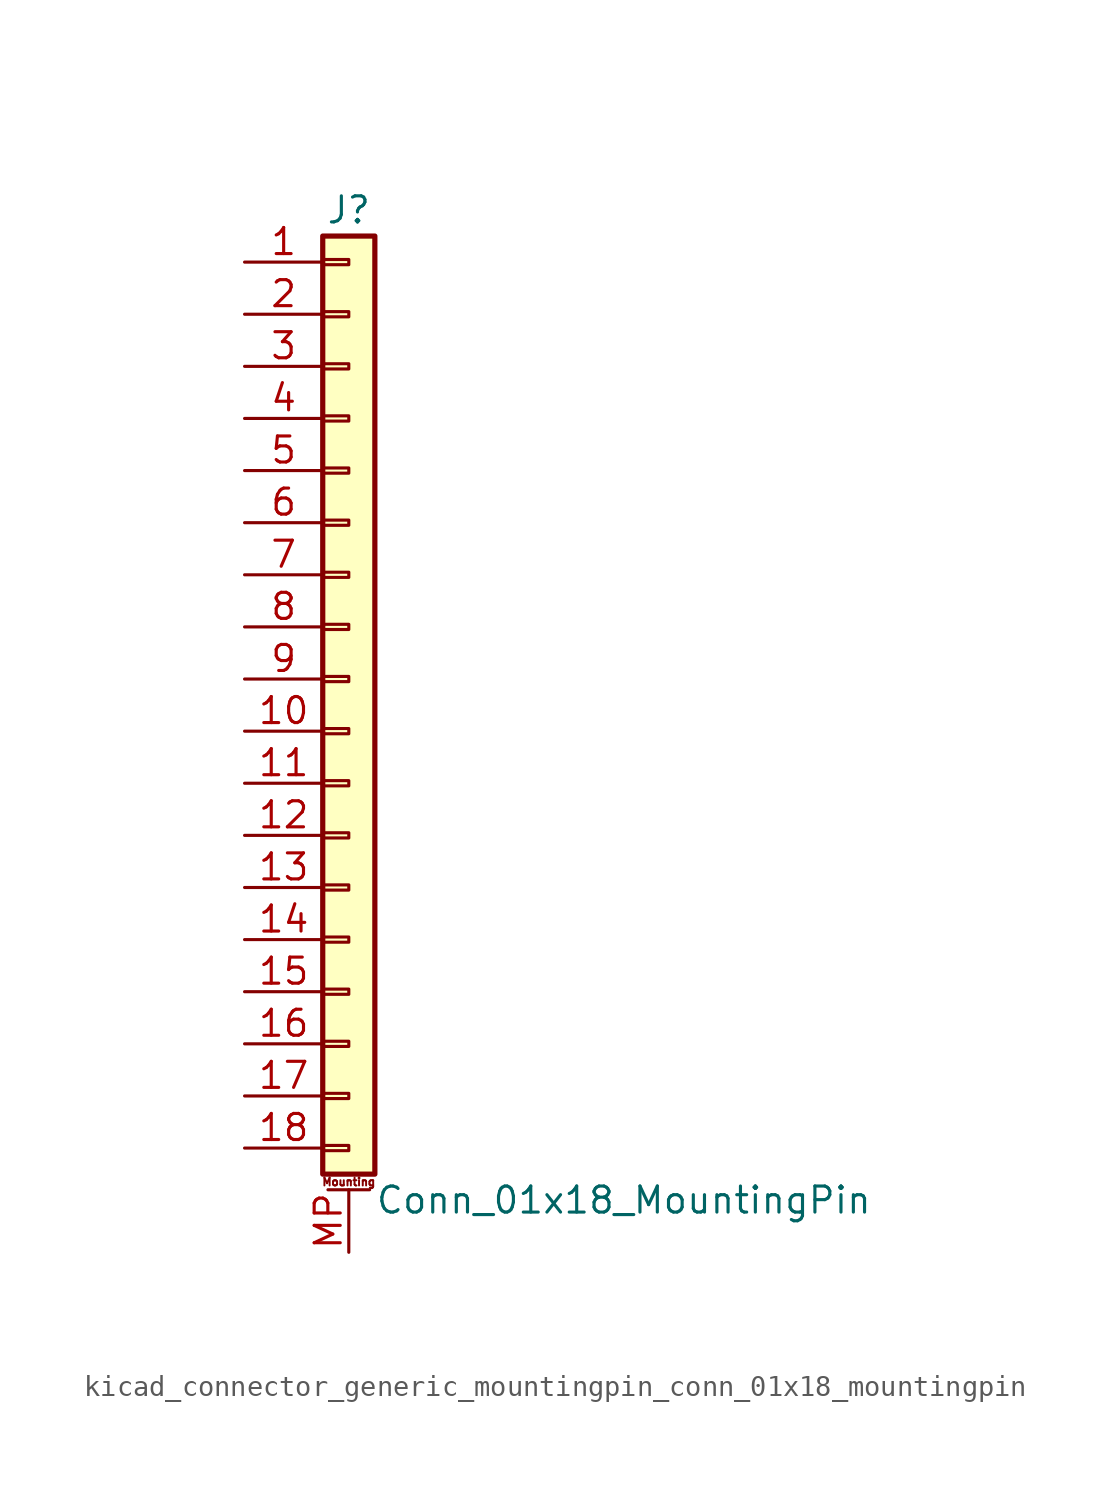
<source format=kicad_sym>
(kicad_symbol_lib
  (version 20220914)
  (generator kicad_symbol_editor)
  (symbol "kicad_connector_generic_mountingpin_conn_01x18_mountingpin"
    (pin_names
      (offset 1.016) hide)
    (property "Reference" "J"
      (at 0 22.86 0)
      (effects (font (size 1.27 1.27))))
    (property "Value" "Conn_01x18_MountingPin"
      (at 1.27 -25.4 0)
      (effects (font (size 1.27 1.27)) (justify left)))
    (symbol "kicad_connector_generic_mountingpin_conn_01x18_mountingpin_1_1"
      (rectangle (start -1.27 -22.733) (end 0 -22.987) (stroke (width 0.152) (type default)) (fill (type none)))
      (rectangle (start -1.27 -20.193) (end 0 -20.447) (stroke (width 0.152) (type default)) (fill (type none)))
      (rectangle (start -1.27 -17.653) (end 0 -17.907) (stroke (width 0.152) (type default)) (fill (type none)))
      (rectangle (start -1.27 -15.113) (end 0 -15.367) (stroke (width 0.152) (type default)) (fill (type none)))
      (rectangle (start -1.27 -12.573) (end 0 -12.827) (stroke (width 0.152) (type default)) (fill (type none)))
      (rectangle (start -1.27 -10.033) (end 0 -10.287) (stroke (width 0.152) (type default)) (fill (type none)))
      (rectangle (start -1.27 -7.493) (end 0 -7.747) (stroke (width 0.152) (type default)) (fill (type none)))
      (rectangle (start -1.27 -4.953) (end 0 -5.207) (stroke (width 0.152) (type default)) (fill (type none)))
      (rectangle (start -1.27 -2.413) (end 0 -2.667) (stroke (width 0.152) (type default)) (fill (type none)))
      (rectangle (start -1.27 0.127) (end 0 -0.127) (stroke (width 0.152) (type default)) (fill (type none)))
      (rectangle (start -1.27 2.667) (end 0 2.413) (stroke (width 0.152) (type default)) (fill (type none)))
      (rectangle (start -1.27 5.207) (end 0 4.953) (stroke (width 0.152) (type default)) (fill (type none)))
      (rectangle (start -1.27 7.747) (end 0 7.493) (stroke (width 0.152) (type default)) (fill (type none)))
      (rectangle (start -1.27 10.287) (end 0 10.033) (stroke (width 0.152) (type default)) (fill (type none)))
      (rectangle (start -1.27 12.827) (end 0 12.573) (stroke (width 0.152) (type default)) (fill (type none)))
      (rectangle (start -1.27 15.367) (end 0 15.113) (stroke (width 0.152) (type default)) (fill (type none)))
      (rectangle (start -1.27 17.907) (end 0 17.653) (stroke (width 0.152) (type default)) (fill (type none)))
      (rectangle (start -1.27 20.447) (end 0 20.193) (stroke (width 0.152) (type default)) (fill (type none)))
      (rectangle (start -1.27 21.59) (end 1.27 -24.13) (stroke (width 0.254) (type default)) (fill (type background)))
      (polyline (pts (xy -1.016 -24.892) (xy 1.016 -24.892)) (stroke (width 0.152) (type default)) (fill (type none)))
      (text "Mounting" (at 0 -24.511 0) (effects (font (size 0.381 0.381))))
      (pin passive line (at -5.08 20.32 0) (length 3.81) (name "Pin_1" (effects (font (size 1.27 1.27)))) (number "1" (effects (font (size 1.27 1.27)))))
      (pin passive line (at -5.08 -2.54 0) (length 3.81) (name "Pin_10" (effects (font (size 1.27 1.27)))) (number "10" (effects (font (size 1.27 1.27)))))
      (pin passive line (at -5.08 -5.08 0) (length 3.81) (name "Pin_11" (effects (font (size 1.27 1.27)))) (number "11" (effects (font (size 1.27 1.27)))))
      (pin passive line (at -5.08 -7.62 0) (length 3.81) (name "Pin_12" (effects (font (size 1.27 1.27)))) (number "12" (effects (font (size 1.27 1.27)))))
      (pin passive line (at -5.08 -10.16 0) (length 3.81) (name "Pin_13" (effects (font (size 1.27 1.27)))) (number "13" (effects (font (size 1.27 1.27)))))
      (pin passive line (at -5.08 -12.7 0) (length 3.81) (name "Pin_14" (effects (font (size 1.27 1.27)))) (number "14" (effects (font (size 1.27 1.27)))))
      (pin passive line (at -5.08 -15.24 0) (length 3.81) (name "Pin_15" (effects (font (size 1.27 1.27)))) (number "15" (effects (font (size 1.27 1.27)))))
      (pin passive line (at -5.08 -17.78 0) (length 3.81) (name "Pin_16" (effects (font (size 1.27 1.27)))) (number "16" (effects (font (size 1.27 1.27)))))
      (pin passive line (at -5.08 -20.32 0) (length 3.81) (name "Pin_17" (effects (font (size 1.27 1.27)))) (number "17" (effects (font (size 1.27 1.27)))))
      (pin passive line (at -5.08 -22.86 0) (length 3.81) (name "Pin_18" (effects (font (size 1.27 1.27)))) (number "18" (effects (font (size 1.27 1.27)))))
      (pin passive line (at -5.08 17.78 0) (length 3.81) (name "Pin_2" (effects (font (size 1.27 1.27)))) (number "2" (effects (font (size 1.27 1.27)))))
      (pin passive line (at -5.08 15.24 0) (length 3.81) (name "Pin_3" (effects (font (size 1.27 1.27)))) (number "3" (effects (font (size 1.27 1.27)))))
      (pin passive line (at -5.08 12.7 0) (length 3.81) (name "Pin_4" (effects (font (size 1.27 1.27)))) (number "4" (effects (font (size 1.27 1.27)))))
      (pin passive line (at -5.08 10.16 0) (length 3.81) (name "Pin_5" (effects (font (size 1.27 1.27)))) (number "5" (effects (font (size 1.27 1.27)))))
      (pin passive line (at -5.08 7.62 0) (length 3.81) (name "Pin_6" (effects (font (size 1.27 1.27)))) (number "6" (effects (font (size 1.27 1.27)))))
      (pin passive line (at -5.08 5.08 0) (length 3.81) (name "Pin_7" (effects (font (size 1.27 1.27)))) (number "7" (effects (font (size 1.27 1.27)))))
      (pin passive line (at -5.08 2.54 0) (length 3.81) (name "Pin_8" (effects (font (size 1.27 1.27)))) (number "8" (effects (font (size 1.27 1.27)))))
      (pin passive line (at -5.08 0 0) (length 3.81) (name "Pin_9" (effects (font (size 1.27 1.27)))) (number "9" (effects (font (size 1.27 1.27)))))
      (pin passive line (at 0 -27.94 90) (length 3.048) (name "MountPin" (effects (font (size 1.27 1.27)))) (number "MP" (effects (font (size 1.27 1.27))))))))
</source>
